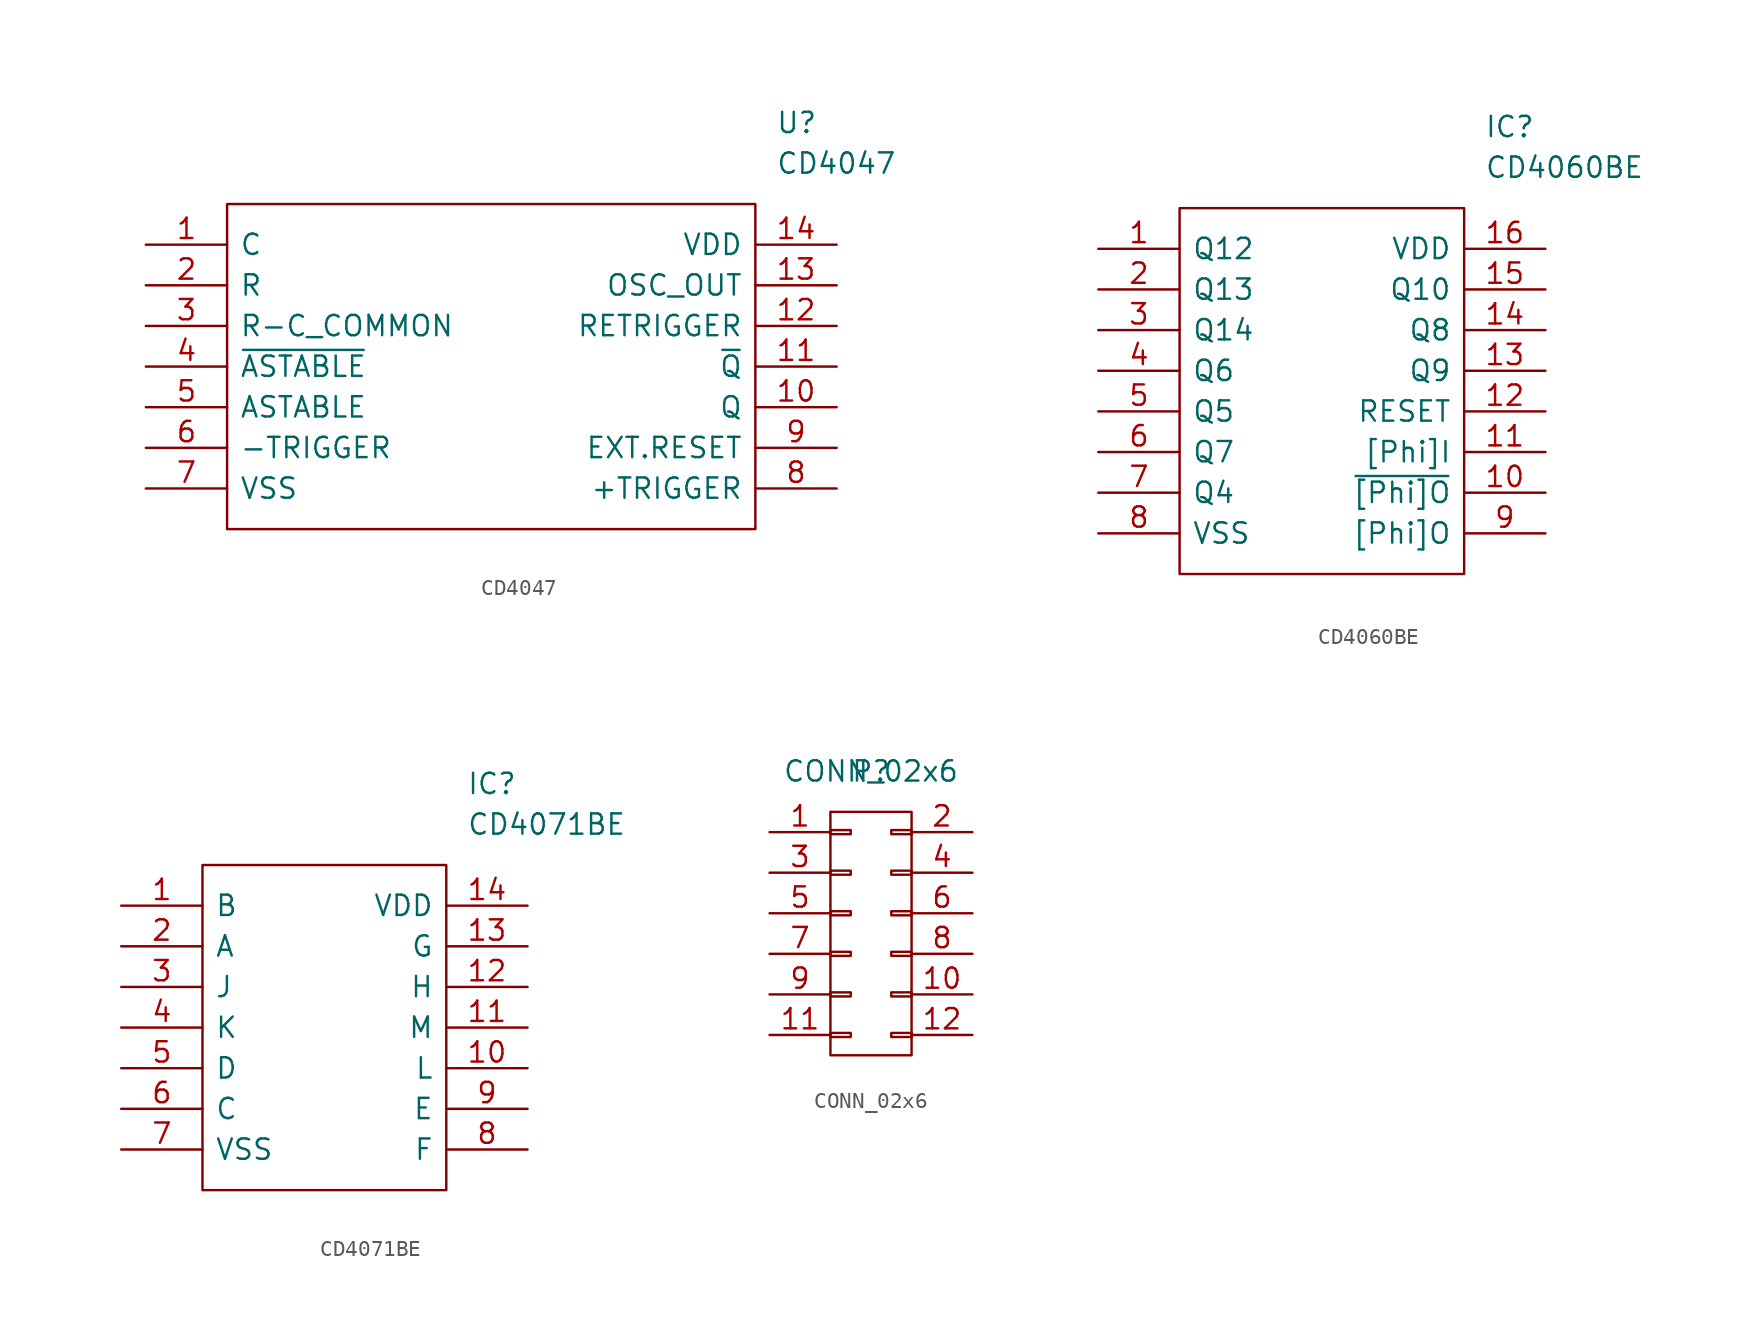
<source format=kicad_sym>
(kicad_symbol_lib
  (version 20211014)
  (generator kicad_symbol_editor)
  (symbol "CD4047"
    (pin_names
      (offset 0.762))
    (property "Reference" "U"
      (at 17.78 15.24 0)
      (effects (font (size 1.27 1.27)) (justify left)))
    (property "Value" "CD4047"
      (at 17.78 12.7 0)
      (effects (font (size 1.27 1.27)) (justify left)))
    (symbol "CD4047_0_0"
      (pin passive line (at -21.59 7.62 0) (length 5.08) (name "C" (effects (font (size 1.27 1.27)))) (number "1" (effects (font (size 1.27 1.27)))))
      (pin passive line (at 21.59 -2.54 180) (length 5.08) (name "Q" (effects (font (size 1.27 1.27)))) (number "10" (effects (font (size 1.27 1.27)))))
      (pin passive line (at 21.59 0 180) (length 5.08) (name "~{Q}" (effects (font (size 1.27 1.27)))) (number "11" (effects (font (size 1.27 1.27)))))
      (pin passive line (at 21.59 2.54 180) (length 5.08) (name "RETRIGGER" (effects (font (size 1.27 1.27)))) (number "12" (effects (font (size 1.27 1.27)))))
      (pin output line (at 21.59 5.08 180) (length 5.08) (name "OSC_OUT" (effects (font (size 1.27 1.27)))) (number "13" (effects (font (size 1.27 1.27)))))
      (pin power_in line (at 21.59 7.62 180) (length 5.08) (name "VDD" (effects (font (size 1.27 1.27)))) (number "14" (effects (font (size 1.27 1.27)))))
      (pin passive line (at -21.59 5.08 0) (length 5.08) (name "R" (effects (font (size 1.27 1.27)))) (number "2" (effects (font (size 1.27 1.27)))))
      (pin passive line (at -21.59 2.54 0) (length 5.08) (name "R-C_COMMON" (effects (font (size 1.27 1.27)))) (number "3" (effects (font (size 1.27 1.27)))))
      (pin passive line (at -21.59 0 0) (length 5.08) (name "~{ASTABLE}" (effects (font (size 1.27 1.27)))) (number "4" (effects (font (size 1.27 1.27)))))
      (pin passive line (at -21.59 -2.54 0) (length 5.08) (name "ASTABLE" (effects (font (size 1.27 1.27)))) (number "5" (effects (font (size 1.27 1.27)))))
      (pin passive line (at -21.59 -5.08 0) (length 5.08) (name "-TRIGGER" (effects (font (size 1.27 1.27)))) (number "6" (effects (font (size 1.27 1.27)))))
      (pin power_in line (at -21.59 -7.62 0) (length 5.08) (name "VSS" (effects (font (size 1.27 1.27)))) (number "7" (effects (font (size 1.27 1.27)))))
      (pin passive line (at 21.59 -7.62 180) (length 5.08) (name "+TRIGGER" (effects (font (size 1.27 1.27)))) (number "8" (effects (font (size 1.27 1.27)))))
      (pin passive line (at 21.59 -5.08 180) (length 5.08) (name "EXT.RESET" (effects (font (size 1.27 1.27)))) (number "9" (effects (font (size 1.27 1.27))))))
    (symbol "CD4047_0_1"
      (polyline (pts (xy -16.51 10.16) (xy 16.51 10.16) (xy 16.51 -10.16) (xy -16.51 -10.16) (xy -16.51 10.16)) (stroke (width 0.152) (type default) (color 0 0 0 0)) (fill (type none)))))
  (symbol "CD4060BE"
    (pin_names
      (offset 0.762))
    (property "Reference" "IC"
      (at 24.13 7.62 0)
      (effects (font (size 1.27 1.27)) (justify left)))
    (property "Value" "CD4060BE"
      (at 24.13 5.08 0)
      (effects (font (size 1.27 1.27)) (justify left)))
    (symbol "CD4060BE_0_0"
      (pin passive line (at 0 0 0) (length 5.08) (name "Q12" (effects (font (size 1.27 1.27)))) (number "1" (effects (font (size 1.27 1.27)))))
      (pin passive line (at 27.94 -15.24 180) (length 5.08) (name "~{[Phi]O}" (effects (font (size 1.27 1.27)))) (number "10" (effects (font (size 1.27 1.27)))))
      (pin passive line (at 27.94 -12.7 180) (length 5.08) (name "[Phi]I" (effects (font (size 1.27 1.27)))) (number "11" (effects (font (size 1.27 1.27)))))
      (pin passive line (at 27.94 -10.16 180) (length 5.08) (name "RESET" (effects (font (size 1.27 1.27)))) (number "12" (effects (font (size 1.27 1.27)))))
      (pin passive line (at 27.94 -7.62 180) (length 5.08) (name "Q9" (effects (font (size 1.27 1.27)))) (number "13" (effects (font (size 1.27 1.27)))))
      (pin passive line (at 27.94 -5.08 180) (length 5.08) (name "Q8" (effects (font (size 1.27 1.27)))) (number "14" (effects (font (size 1.27 1.27)))))
      (pin passive line (at 27.94 -2.54 180) (length 5.08) (name "Q10" (effects (font (size 1.27 1.27)))) (number "15" (effects (font (size 1.27 1.27)))))
      (pin passive line (at 27.94 0 180) (length 5.08) (name "VDD" (effects (font (size 1.27 1.27)))) (number "16" (effects (font (size 1.27 1.27)))))
      (pin passive line (at 0 -2.54 0) (length 5.08) (name "Q13" (effects (font (size 1.27 1.27)))) (number "2" (effects (font (size 1.27 1.27)))))
      (pin passive line (at 0 -5.08 0) (length 5.08) (name "Q14" (effects (font (size 1.27 1.27)))) (number "3" (effects (font (size 1.27 1.27)))))
      (pin passive line (at 0 -7.62 0) (length 5.08) (name "Q6" (effects (font (size 1.27 1.27)))) (number "4" (effects (font (size 1.27 1.27)))))
      (pin passive line (at 0 -10.16 0) (length 5.08) (name "Q5" (effects (font (size 1.27 1.27)))) (number "5" (effects (font (size 1.27 1.27)))))
      (pin passive line (at 0 -12.7 0) (length 5.08) (name "Q7" (effects (font (size 1.27 1.27)))) (number "6" (effects (font (size 1.27 1.27)))))
      (pin passive line (at 0 -15.24 0) (length 5.08) (name "Q4" (effects (font (size 1.27 1.27)))) (number "7" (effects (font (size 1.27 1.27)))))
      (pin passive line (at 0 -17.78 0) (length 5.08) (name "VSS" (effects (font (size 1.27 1.27)))) (number "8" (effects (font (size 1.27 1.27)))))
      (pin passive line (at 27.94 -17.78 180) (length 5.08) (name "[Phi]O" (effects (font (size 1.27 1.27)))) (number "9" (effects (font (size 1.27 1.27))))))
    (symbol "CD4060BE_0_1"
      (polyline (pts (xy 5.08 2.54) (xy 22.86 2.54) (xy 22.86 -20.32) (xy 5.08 -20.32) (xy 5.08 2.54)) (stroke (width 0.152) (type default) (color 0 0 0 0)) (fill (type none)))))
  (symbol "CD4071BE"
    (pin_names
      (offset 0.762))
    (property "Reference" "IC"
      (at 8.89 15.24 0)
      (effects (font (size 1.27 1.27)) (justify left)))
    (property "Value" "CD4071BE"
      (at 8.89 12.7 0)
      (effects (font (size 1.27 1.27)) (justify left)))
    (symbol "CD4071BE_0_0"
      (pin passive line (at -12.7 7.62 0) (length 5.08) (name "B" (effects (font (size 1.27 1.27)))) (number "1" (effects (font (size 1.27 1.27)))))
      (pin passive line (at 12.7 -2.54 180) (length 5.08) (name "L" (effects (font (size 1.27 1.27)))) (number "10" (effects (font (size 1.27 1.27)))))
      (pin passive line (at 12.7 0 180) (length 5.08) (name "M" (effects (font (size 1.27 1.27)))) (number "11" (effects (font (size 1.27 1.27)))))
      (pin passive line (at 12.7 2.54 180) (length 5.08) (name "H" (effects (font (size 1.27 1.27)))) (number "12" (effects (font (size 1.27 1.27)))))
      (pin passive line (at 12.7 5.08 180) (length 5.08) (name "G" (effects (font (size 1.27 1.27)))) (number "13" (effects (font (size 1.27 1.27)))))
      (pin power_in line (at 12.7 7.62 180) (length 5.08) (name "VDD" (effects (font (size 1.27 1.27)))) (number "14" (effects (font (size 1.27 1.27)))))
      (pin passive line (at -12.7 5.08 0) (length 5.08) (name "A" (effects (font (size 1.27 1.27)))) (number "2" (effects (font (size 1.27 1.27)))))
      (pin passive line (at -12.7 2.54 0) (length 5.08) (name "J" (effects (font (size 1.27 1.27)))) (number "3" (effects (font (size 1.27 1.27)))))
      (pin passive line (at -12.7 0 0) (length 5.08) (name "K" (effects (font (size 1.27 1.27)))) (number "4" (effects (font (size 1.27 1.27)))))
      (pin passive line (at -12.7 -2.54 0) (length 5.08) (name "D" (effects (font (size 1.27 1.27)))) (number "5" (effects (font (size 1.27 1.27)))))
      (pin passive line (at -12.7 -5.08 0) (length 5.08) (name "C" (effects (font (size 1.27 1.27)))) (number "6" (effects (font (size 1.27 1.27)))))
      (pin power_in line (at -12.7 -7.62 0) (length 5.08) (name "VSS" (effects (font (size 1.27 1.27)))) (number "7" (effects (font (size 1.27 1.27)))))
      (pin passive line (at 12.7 -7.62 180) (length 5.08) (name "F" (effects (font (size 1.27 1.27)))) (number "8" (effects (font (size 1.27 1.27)))))
      (pin passive line (at 12.7 -5.08 180) (length 5.08) (name "E" (effects (font (size 1.27 1.27)))) (number "9" (effects (font (size 1.27 1.27))))))
    (symbol "CD4071BE_0_1"
      (polyline (pts (xy -7.62 10.16) (xy 7.62 10.16) (xy 7.62 -10.16) (xy -7.62 -10.16) (xy -7.62 10.16)) (stroke (width 0.152) (type default) (color 0 0 0 0)) (fill (type none)))))
  (symbol "CONN_02x6"
    (pin_names
      (offset 1.016))
    (property "Reference" "P"
      (at 0 10.16 0)
      (effects (font (size 1.27 1.27))))
    (property "Value" "CONN_02x6"
      (at 0 10.16 0)
      (effects (font (size 1.27 1.27))))
    (symbol "CONN_02x6_1_1"
      (rectangle (start -2.54 -6.223) (end -1.27 -6.477) (stroke (width 0) (type default) (color 0 0 0 0)) (fill (type none)))
      (rectangle (start -2.54 -3.683) (end -1.27 -3.937) (stroke (width 0) (type default) (color 0 0 0 0)) (fill (type none)))
      (rectangle (start -2.54 -1.143) (end -1.27 -1.397) (stroke (width 0) (type default) (color 0 0 0 0)) (fill (type none)))
      (rectangle (start -2.54 1.397) (end -1.27 1.143) (stroke (width 0) (type default) (color 0 0 0 0)) (fill (type none)))
      (rectangle (start -2.54 3.937) (end -1.27 3.683) (stroke (width 0) (type default) (color 0 0 0 0)) (fill (type none)))
      (rectangle (start -2.54 6.477) (end -1.27 6.223) (stroke (width 0) (type default) (color 0 0 0 0)) (fill (type none)))
      (rectangle (start -2.54 7.62) (end 2.54 -7.62) (stroke (width 0) (type default) (color 0 0 0 0)) (fill (type none)))
      (rectangle (start 1.27 -6.223) (end 2.54 -6.477) (stroke (width 0) (type default) (color 0 0 0 0)) (fill (type none)))
      (rectangle (start 1.27 -3.683) (end 2.54 -3.937) (stroke (width 0) (type default) (color 0 0 0 0)) (fill (type none)))
      (rectangle (start 1.27 -1.143) (end 2.54 -1.397) (stroke (width 0) (type default) (color 0 0 0 0)) (fill (type none)))
      (rectangle (start 1.27 1.397) (end 2.54 1.143) (stroke (width 0) (type default) (color 0 0 0 0)) (fill (type none)))
      (rectangle (start 1.27 3.937) (end 2.54 3.683) (stroke (width 0) (type default) (color 0 0 0 0)) (fill (type none)))
      (rectangle (start 1.27 6.477) (end 2.54 6.223) (stroke (width 0) (type default) (color 0 0 0 0)) (fill (type none)))
      (pin passive line (at -6.35 6.35 0) (length 3.81) (name "~" (effects (font (size 1.27 1.27)))) (number "1" (effects (font (size 1.27 1.27)))))
      (pin passive line (at 6.35 -3.81 180) (length 3.81) (name "~" (effects (font (size 1.27 1.27)))) (number "10" (effects (font (size 1.27 1.27)))))
      (pin passive line (at -6.35 -6.35 0) (length 3.81) (name "~" (effects (font (size 1.27 1.27)))) (number "11" (effects (font (size 1.27 1.27)))))
      (pin passive line (at 6.35 -6.35 180) (length 3.81) (name "~" (effects (font (size 1.27 1.27)))) (number "12" (effects (font (size 1.27 1.27)))))
      (pin passive line (at 6.35 6.35 180) (length 3.81) (name "~" (effects (font (size 1.27 1.27)))) (number "2" (effects (font (size 1.27 1.27)))))
      (pin passive line (at -6.35 3.81 0) (length 3.81) (name "~" (effects (font (size 1.27 1.27)))) (number "3" (effects (font (size 1.27 1.27)))))
      (pin passive line (at 6.35 3.81 180) (length 3.81) (name "~" (effects (font (size 1.27 1.27)))) (number "4" (effects (font (size 1.27 1.27)))))
      (pin passive line (at -6.35 1.27 0) (length 3.81) (name "~" (effects (font (size 1.27 1.27)))) (number "5" (effects (font (size 1.27 1.27)))))
      (pin passive line (at 6.35 1.27 180) (length 3.81) (name "~" (effects (font (size 1.27 1.27)))) (number "6" (effects (font (size 1.27 1.27)))))
      (pin passive line (at -6.35 -1.27 0) (length 3.81) (name "~" (effects (font (size 1.27 1.27)))) (number "7" (effects (font (size 1.27 1.27)))))
      (pin passive line (at 6.35 -1.27 180) (length 3.81) (name "~" (effects (font (size 1.27 1.27)))) (number "8" (effects (font (size 1.27 1.27)))))
      (pin passive line (at -6.35 -3.81 0) (length 3.81) (name "~" (effects (font (size 1.27 1.27)))) (number "9" (effects (font (size 1.27 1.27))))))))
</source>
